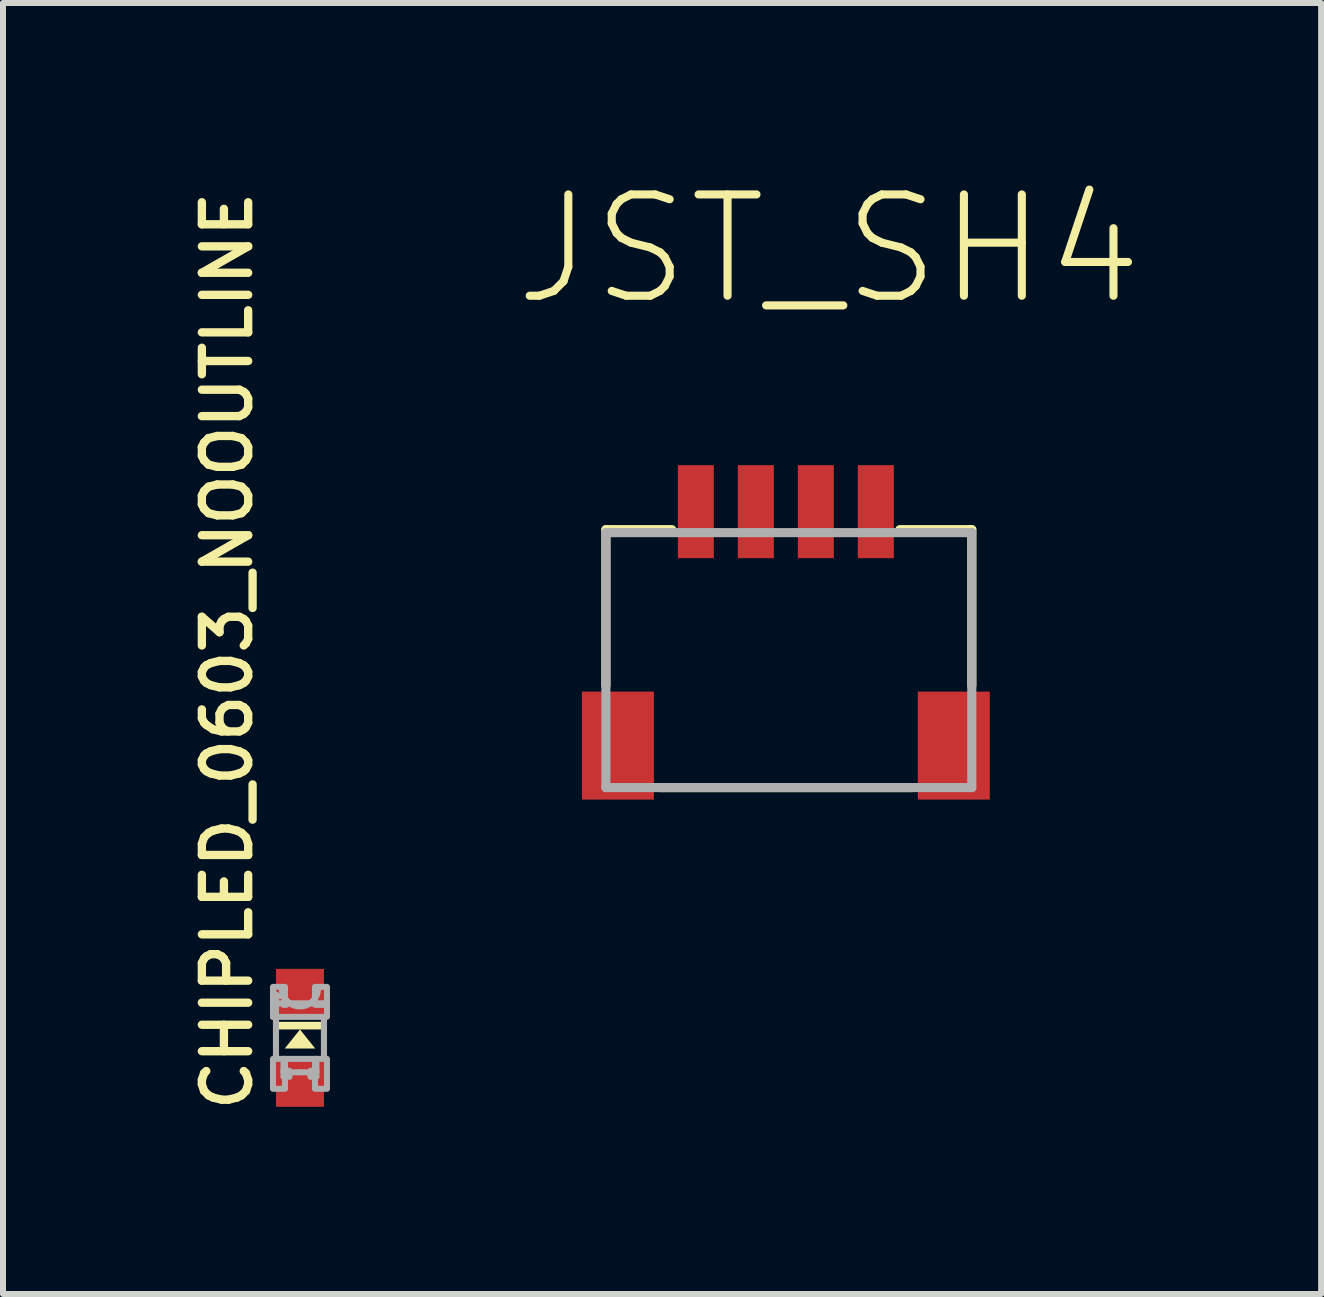
<source format=kicad_pcb>
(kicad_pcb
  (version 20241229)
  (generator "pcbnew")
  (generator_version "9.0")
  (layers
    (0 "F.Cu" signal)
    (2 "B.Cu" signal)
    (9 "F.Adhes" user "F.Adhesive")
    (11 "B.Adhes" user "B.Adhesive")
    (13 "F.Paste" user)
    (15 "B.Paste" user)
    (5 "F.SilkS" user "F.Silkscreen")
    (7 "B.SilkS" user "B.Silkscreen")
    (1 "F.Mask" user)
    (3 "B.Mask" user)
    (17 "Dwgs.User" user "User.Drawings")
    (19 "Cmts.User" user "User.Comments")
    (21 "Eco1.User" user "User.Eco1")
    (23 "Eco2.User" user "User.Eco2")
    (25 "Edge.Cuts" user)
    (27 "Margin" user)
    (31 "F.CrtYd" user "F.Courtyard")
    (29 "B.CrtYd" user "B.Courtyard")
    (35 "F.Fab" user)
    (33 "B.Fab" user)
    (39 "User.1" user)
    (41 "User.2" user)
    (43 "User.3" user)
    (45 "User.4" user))
  (footprint "CHIPLED_0603_NOOUTLINE"
    (layer "F.Cu")
    (at 1.951 14.252)
    (property "Reference" "CHIPLED_0603_NOOUTLINE" (at -0.762 1.27 270) (layer "F.SilkS") (effects (font (size 0.772 0.772) (thickness 0.139)) (justify left bottom)))
    (attr through_hole)
    (fp_poly (pts (xy 0 -0.14) (xy -0.254 0.178) (xy 0.254 0.178)) (stroke (width 0) (type solid)) (fill yes) (layer "F.SilkS"))
    (fp_poly (pts (xy -0.381 -0.14) (xy 0.381 -0.14) (xy 0.381 -0.267) (xy -0.381 -0.267)) (stroke (width 0) (type solid)) (fill yes) (layer "F.SilkS"))
    (fp_line (start -0.4 -0.375) (end -0.4 0.35) (stroke (width 0.102) (type solid)) (layer "F.Fab"))
    (fp_line (start 0.4 -0.35) (end 0.4 0.35) (stroke (width 0.102) (type solid)) (layer "F.Fab"))
    (fp_arc (start -0.275 0.825) (mid 0 0.55) (end 0.275 0.825) (stroke (width 0.0508) (type solid)) (layer "F.Fab"))
    (fp_arc (start 0.3 -0.799998) (mid -0.000001 -0.524966) (end -0.3 -0.8) (stroke (width 0.1016) (type solid)) (layer "F.Fab"))
    (fp_circle (center -0.35 -0.625) (end -0.275 -0.625) (stroke (width 0.051) (type solid)) (fill no) (layer "F.Fab"))
    (fp_poly (pts (xy -0.45 -0.7) (xy -0.25 -0.7) (xy -0.25 -0.85) (xy -0.45 -0.85)) (stroke (width 0.1) (type solid)) (fill no) (layer "F.Fab"))
    (fp_poly (pts (xy -0.45 -0.35) (xy -0.4 -0.35) (xy -0.4 -0.725) (xy -0.45 -0.725)) (stroke (width 0.1) (type solid)) (fill no) (layer "F.Fab"))
    (fp_poly (pts (xy -0.45 -0.35) (xy 0.45 -0.35) (xy 0.45 -0.575) (xy -0.45 -0.575)) (stroke (width 0.1) (type solid)) (fill no) (layer "F.Fab"))
    (fp_poly (pts (xy -0.45 0.85) (xy -0.25 0.85) (xy -0.25 0.35) (xy -0.45 0.35)) (stroke (width 0.1) (type solid)) (fill no) (layer "F.Fab"))
    (fp_poly (pts (xy -0.275 -0.55) (xy -0.225 -0.55) (xy -0.225 -0.6) (xy -0.275 -0.6)) (stroke (width 0.1) (type solid)) (fill no) (layer "F.Fab"))
    (fp_poly (pts (xy -0.275 0.575) (xy 0.275 0.575) (xy 0.275 0.35) (xy -0.275 0.35)) (stroke (width 0.1) (type solid)) (fill no) (layer "F.Fab"))
    (fp_poly (pts (xy -0.275 0.65) (xy -0.175 0.65) (xy -0.175 0.55) (xy -0.275 0.55)) (stroke (width 0.1) (type solid)) (fill no) (layer "F.Fab"))
    (fp_poly (pts (xy 0.175 0.65) (xy 0.275 0.65) (xy 0.275 0.55) (xy 0.175 0.55)) (stroke (width 0.1) (type solid)) (fill no) (layer "F.Fab"))
    (fp_poly (pts (xy 0.25 -0.55) (xy 0.45 -0.55) (xy 0.45 -0.85) (xy 0.25 -0.85)) (stroke (width 0.1) (type solid)) (fill no) (layer "F.Fab"))
    (fp_poly (pts (xy 0.25 0.85) (xy 0.45 0.85) (xy 0.45 0.35) (xy 0.25 0.35)) (stroke (width 0.1) (type solid)) (fill no) (layer "F.Fab"))
    (pad "A" smd rect (at 0 0.75) (size 0.8 0.8) (layers "F.Cu" "F.Mask" "F.Paste"))
    (pad "C" smd rect (at 0 -0.75) (size 0.8 0.8) (layers "F.Cu" "F.Mask" "F.Paste")))
  (footprint "JST_SH4"
    (layer "F.Cu")
    (at 10.051 7.994)
    (property "Reference" "JST_SH4" (at -4.6 -5.9 180) (layer "F.SilkS") (effects (font (size 1.689 1.689) (thickness 0.135)) (justify left bottom)))
    (attr through_hole)
    (fp_line (start -3 -2.214) (end -1.9 -2.214) (stroke (width 0.152) (type solid)) (layer "F.SilkS"))
    (fp_line (start -3 0.386) (end -3 -2.214) (stroke (width 0.152) (type solid)) (layer "F.SilkS"))
    (fp_line (start -2.1 2.086) (end 2.1 2.086) (stroke (width 0.152) (type solid)) (layer "F.SilkS"))
    (fp_line (start 1.9 -2.214) (end 3.1 -2.214) (stroke (width 0.152) (type solid)) (layer "F.SilkS"))
    (fp_line (start 3.1 -2.214) (end 3.1 0.386) (stroke (width 0.152) (type solid)) (layer "F.SilkS"))
    (fp_line (start -3 -2.164) (end 3.1 -2.164) (stroke (width 0.152) (type solid)) (layer "F.Fab"))
    (fp_line (start -3 2.086) (end -3 -2.164) (stroke (width 0.152) (type solid)) (layer "F.Fab"))
    (fp_line (start 3.1 -2.164) (end 3.1 2.086) (stroke (width 0.152) (type solid)) (layer "F.Fab"))
    (fp_line (start 3.1 2.086) (end -3 2.086) (stroke (width 0.152) (type solid)) (layer "F.Fab"))
    (pad "1" smd rect (at -1.5 -2.514 90) (size 1.55 0.6) (layers "F.Cu" "F.Mask" "F.Paste"))
    (pad "2" smd rect (at -0.5 -2.514 90) (size 1.55 0.6) (layers "F.Cu" "F.Mask" "F.Paste"))
    (pad "3" smd rect (at 0.5 -2.514 90) (size 1.55 0.6) (layers "F.Cu" "F.Mask" "F.Paste"))
    (pad "4" smd rect (at 1.5 -2.514 90) (size 1.55 0.6) (layers "F.Cu" "F.Mask" "F.Paste"))
    (pad "MT1" smd rect (at -2.8 1.386 90) (size 1.8 1.2) (layers "F.Cu" "F.Mask" "F.Paste"))
    (pad "MT2" smd rect (at 2.8 1.386 90) (size 1.8 1.2) (layers "F.Cu" "F.Mask" "F.Paste")))
  (gr_rect
    (start -3 -3)
    (end 18.975 18.522)
    (stroke (width 0.1) (type default))
    (fill no)
    (layer "Edge.Cuts")))
</source>
